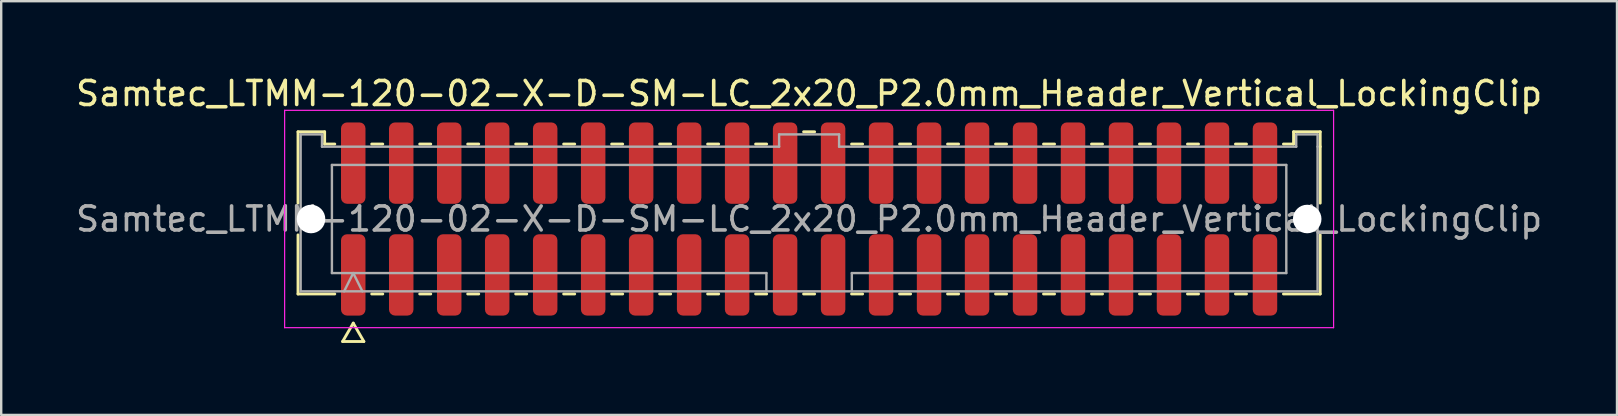
<source format=kicad_pcb>
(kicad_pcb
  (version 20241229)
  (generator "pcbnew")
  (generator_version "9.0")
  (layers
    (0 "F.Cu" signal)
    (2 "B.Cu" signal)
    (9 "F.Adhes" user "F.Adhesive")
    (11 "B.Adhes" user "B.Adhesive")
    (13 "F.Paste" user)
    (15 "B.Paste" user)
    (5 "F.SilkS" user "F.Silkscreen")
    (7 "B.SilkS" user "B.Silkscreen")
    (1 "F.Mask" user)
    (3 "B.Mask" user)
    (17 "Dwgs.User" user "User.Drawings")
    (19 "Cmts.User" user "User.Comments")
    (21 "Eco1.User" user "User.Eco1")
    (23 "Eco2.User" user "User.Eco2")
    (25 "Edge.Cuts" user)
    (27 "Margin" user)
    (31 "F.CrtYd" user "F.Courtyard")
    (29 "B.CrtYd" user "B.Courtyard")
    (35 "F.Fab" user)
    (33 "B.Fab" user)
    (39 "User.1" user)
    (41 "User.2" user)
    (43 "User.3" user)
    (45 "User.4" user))
  (footprint "Samtec_LTMM-120-02-X-D-SM-LC_2x20_P2.0mm_Header_Vertical_LockingClip"
    (layer "F.Cu")
    (at 30.673 6.078)
    (property "Reference" "Samtec_LTMM-120-02-X-D-SM-LC_2x20_P2.0mm_Header_Vertical_LockingClip" (at 0 -5.23 0) (layer "F.SilkS") (effects (font (size 1 1) (thickness 0.15))))
    (attr smd)
    (fp_line (start -21.302 -3.635) (end -20.192 -3.635) (stroke (width 0.12) (type solid)) (layer "F.SilkS"))
    (fp_line (start -21.302 -0.662) (end -21.302 -3.635) (stroke (width 0.12) (type solid)) (layer "F.SilkS"))
    (fp_line (start -21.302 3.125) (end -21.302 0.662) (stroke (width 0.12) (type solid)) (layer "F.SilkS"))
    (fp_line (start -20.192 -3.635) (end -20.192 -3.125) (stroke (width 0.12) (type solid)) (layer "F.SilkS"))
    (fp_line (start -20.192 -3.125) (end -19.77 -3.125) (stroke (width 0.12) (type solid)) (layer "F.SilkS"))
    (fp_line (start -19.77 3.125) (end -21.302 3.125) (stroke (width 0.12) (type solid)) (layer "F.SilkS"))
    (fp_line (start -19.442 5.105) (end -19 4.34) (stroke (width 0.12) (type solid)) (layer "F.SilkS"))
    (fp_line (start -19 4.34) (end -18.558 5.105) (stroke (width 0.12) (type solid)) (layer "F.SilkS"))
    (fp_line (start -18.558 5.105) (end -19.442 5.105) (stroke (width 0.12) (type solid)) (layer "F.SilkS"))
    (fp_line (start -18.23 -3.125) (end -17.77 -3.125) (stroke (width 0.12) (type solid)) (layer "F.SilkS"))
    (fp_line (start -17.77 3.125) (end -18.23 3.125) (stroke (width 0.12) (type solid)) (layer "F.SilkS"))
    (fp_line (start -16.23 -3.125) (end -15.77 -3.125) (stroke (width 0.12) (type solid)) (layer "F.SilkS"))
    (fp_line (start -15.77 3.125) (end -16.23 3.125) (stroke (width 0.12) (type solid)) (layer "F.SilkS"))
    (fp_line (start -14.23 -3.125) (end -13.77 -3.125) (stroke (width 0.12) (type solid)) (layer "F.SilkS"))
    (fp_line (start -13.77 3.125) (end -14.23 3.125) (stroke (width 0.12) (type solid)) (layer "F.SilkS"))
    (fp_line (start -12.23 -3.125) (end -11.77 -3.125) (stroke (width 0.12) (type solid)) (layer "F.SilkS"))
    (fp_line (start -11.77 3.125) (end -12.23 3.125) (stroke (width 0.12) (type solid)) (layer "F.SilkS"))
    (fp_line (start -10.23 -3.125) (end -9.77 -3.125) (stroke (width 0.12) (type solid)) (layer "F.SilkS"))
    (fp_line (start -9.77 3.125) (end -10.23 3.125) (stroke (width 0.12) (type solid)) (layer "F.SilkS"))
    (fp_line (start -8.23 -3.125) (end -7.77 -3.125) (stroke (width 0.12) (type solid)) (layer "F.SilkS"))
    (fp_line (start -7.77 3.125) (end -8.23 3.125) (stroke (width 0.12) (type solid)) (layer "F.SilkS"))
    (fp_line (start -6.23 -3.125) (end -5.77 -3.125) (stroke (width 0.12) (type solid)) (layer "F.SilkS"))
    (fp_line (start -5.77 3.125) (end -6.23 3.125) (stroke (width 0.12) (type solid)) (layer "F.SilkS"))
    (fp_line (start -4.23 -3.125) (end -3.77 -3.125) (stroke (width 0.12) (type solid)) (layer "F.SilkS"))
    (fp_line (start -3.77 3.125) (end -4.23 3.125) (stroke (width 0.12) (type solid)) (layer "F.SilkS"))
    (fp_line (start -2.23 -3.125) (end -1.77 -3.125) (stroke (width 0.12) (type solid)) (layer "F.SilkS"))
    (fp_line (start -1.77 3.125) (end -2.23 3.125) (stroke (width 0.12) (type solid)) (layer "F.SilkS"))
    (fp_line (start -0.23 -3.635) (end 0.23 -3.635) (stroke (width 0.12) (type solid)) (layer "F.SilkS"))
    (fp_line (start 0.23 3.125) (end -0.23 3.125) (stroke (width 0.12) (type solid)) (layer "F.SilkS"))
    (fp_line (start 1.77 -3.125) (end 2.23 -3.125) (stroke (width 0.12) (type solid)) (layer "F.SilkS"))
    (fp_line (start 2.23 3.125) (end 1.77 3.125) (stroke (width 0.12) (type solid)) (layer "F.SilkS"))
    (fp_line (start 3.77 -3.125) (end 4.23 -3.125) (stroke (width 0.12) (type solid)) (layer "F.SilkS"))
    (fp_line (start 4.23 3.125) (end 3.77 3.125) (stroke (width 0.12) (type solid)) (layer "F.SilkS"))
    (fp_line (start 5.77 -3.125) (end 6.23 -3.125) (stroke (width 0.12) (type solid)) (layer "F.SilkS"))
    (fp_line (start 6.23 3.125) (end 5.77 3.125) (stroke (width 0.12) (type solid)) (layer "F.SilkS"))
    (fp_line (start 7.77 -3.125) (end 8.23 -3.125) (stroke (width 0.12) (type solid)) (layer "F.SilkS"))
    (fp_line (start 8.23 3.125) (end 7.77 3.125) (stroke (width 0.12) (type solid)) (layer "F.SilkS"))
    (fp_line (start 9.77 -3.125) (end 10.23 -3.125) (stroke (width 0.12) (type solid)) (layer "F.SilkS"))
    (fp_line (start 10.23 3.125) (end 9.77 3.125) (stroke (width 0.12) (type solid)) (layer "F.SilkS"))
    (fp_line (start 11.77 -3.125) (end 12.23 -3.125) (stroke (width 0.12) (type solid)) (layer "F.SilkS"))
    (fp_line (start 12.23 3.125) (end 11.77 3.125) (stroke (width 0.12) (type solid)) (layer "F.SilkS"))
    (fp_line (start 13.77 -3.125) (end 14.23 -3.125) (stroke (width 0.12) (type solid)) (layer "F.SilkS"))
    (fp_line (start 14.23 3.125) (end 13.77 3.125) (stroke (width 0.12) (type solid)) (layer "F.SilkS"))
    (fp_line (start 15.77 -3.125) (end 16.23 -3.125) (stroke (width 0.12) (type solid)) (layer "F.SilkS"))
    (fp_line (start 16.23 3.125) (end 15.77 3.125) (stroke (width 0.12) (type solid)) (layer "F.SilkS"))
    (fp_line (start 17.77 -3.125) (end 18.23 -3.125) (stroke (width 0.12) (type solid)) (layer "F.SilkS"))
    (fp_line (start 18.23 3.125) (end 17.77 3.125) (stroke (width 0.12) (type solid)) (layer "F.SilkS"))
    (fp_line (start 19.77 -3.125) (end 20.192 -3.125) (stroke (width 0.12) (type solid)) (layer "F.SilkS"))
    (fp_line (start 20.192 -3.635) (end 21.302 -3.635) (stroke (width 0.12) (type solid)) (layer "F.SilkS"))
    (fp_line (start 20.192 -3.125) (end 20.192 -3.635) (stroke (width 0.12) (type solid)) (layer "F.SilkS"))
    (fp_line (start 21.302 -3.635) (end 21.302 -3.015) (stroke (width 0.12) (type solid)) (layer "F.SilkS"))
    (fp_line (start 21.302 -3.015) (end 21.302 -0.662) (stroke (width 0.12) (type solid)) (layer "F.SilkS"))
    (fp_line (start 21.302 0.662) (end 21.302 3.125) (stroke (width 0.12) (type solid)) (layer "F.SilkS"))
    (fp_line (start 21.302 3.125) (end 19.77 3.125) (stroke (width 0.12) (type solid)) (layer "F.SilkS"))
    (fp_line (start -21.86 -4.53) (end -21.86 4.53) (stroke (width 0.05) (type solid)) (layer "F.CrtYd"))
    (fp_line (start -21.86 4.53) (end 21.86 4.53) (stroke (width 0.05) (type solid)) (layer "F.CrtYd"))
    (fp_line (start 21.86 -4.53) (end -21.86 -4.53) (stroke (width 0.05) (type solid)) (layer "F.CrtYd"))
    (fp_line (start 21.86 4.53) (end 21.86 -4.53) (stroke (width 0.05) (type solid)) (layer "F.CrtYd"))
    (fp_line (start -21.192 -3.525) (end -20.302 -3.525) (stroke (width 0.1) (type solid)) (layer "F.Fab"))
    (fp_line (start -21.192 3.015) (end -21.192 -3.525) (stroke (width 0.1) (type solid)) (layer "F.Fab"))
    (fp_line (start -20.302 -3.525) (end -20.302 -3.015) (stroke (width 0.1) (type solid)) (layer "F.Fab"))
    (fp_line (start -20.302 -3.015) (end -1.25 -3.015) (stroke (width 0.1) (type solid)) (layer "F.Fab"))
    (fp_line (start -19.889 -2.253) (end 19.889 -2.253) (stroke (width 0.1) (type solid)) (layer "F.Fab"))
    (fp_line (start -19.889 2.253) (end -19.889 -2.253) (stroke (width 0.1) (type solid)) (layer "F.Fab"))
    (fp_line (start -19.381 3.015) (end -19 2.253) (stroke (width 0.1) (type solid)) (layer "F.Fab"))
    (fp_line (start -19 2.253) (end -18.619 3.015) (stroke (width 0.1) (type solid)) (layer "F.Fab"))
    (fp_line (start -1.78 2.253) (end -19.889 2.253) (stroke (width 0.1) (type solid)) (layer "F.Fab"))
    (fp_line (start -1.78 3.015) (end -1.78 2.253) (stroke (width 0.1) (type solid)) (layer "F.Fab"))
    (fp_line (start -1.25 -3.525) (end 1.25 -3.525) (stroke (width 0.1) (type solid)) (layer "F.Fab"))
    (fp_line (start -1.25 -3.015) (end -1.25 -3.525) (stroke (width 0.1) (type solid)) (layer "F.Fab"))
    (fp_line (start 1.25 -3.525) (end 1.25 -3.015) (stroke (width 0.1) (type solid)) (layer "F.Fab"))
    (fp_line (start 1.25 -3.015) (end 20.302 -3.015) (stroke (width 0.1) (type solid)) (layer "F.Fab"))
    (fp_line (start 1.78 2.253) (end 1.78 3.015) (stroke (width 0.1) (type solid)) (layer "F.Fab"))
    (fp_line (start 19.889 -2.253) (end 19.889 2.253) (stroke (width 0.1) (type solid)) (layer "F.Fab"))
    (fp_line (start 19.889 2.253) (end 1.78 2.253) (stroke (width 0.1) (type solid)) (layer "F.Fab"))
    (fp_line (start 20.302 -3.525) (end 21.192 -3.525) (stroke (width 0.1) (type solid)) (layer "F.Fab"))
    (fp_line (start 20.302 -3.015) (end 20.302 -3.525) (stroke (width 0.1) (type solid)) (layer "F.Fab"))
    (fp_line (start 21.192 -3.525) (end 21.192 -3.015) (stroke (width 0.1) (type solid)) (layer "F.Fab"))
    (fp_line (start 21.192 -3.015) (end 21.192 3.015) (stroke (width 0.1) (type solid)) (layer "F.Fab"))
    (fp_line (start 21.192 3.015) (end -21.192 3.015) (stroke (width 0.1) (type solid)) (layer "F.Fab"))
    (fp_text user "${REFERENCE}" (at 0 0 0) (layer "F.Fab") (effects (font (size 1 1) (thickness 0.15))))
    (pad "" np_thru_hole circle (at -20.76 0) (size 1.19 1.19) (drill 1.19) (layers "*.Cu" "*.Mask"))
    (pad "" np_thru_hole circle (at 20.76 0) (size 1.19 1.19) (drill 1.19) (layers "*.Cu" "*.Mask"))
    (pad "1" smd roundrect (at -19 2.33) (size 1.02 3.39) (layers "F.Cu" "F.Mask" "F.Paste") (roundrect_rratio 0.245))
    (pad "2" smd roundrect (at -19 -2.33) (size 1.02 3.39) (layers "F.Cu" "F.Mask" "F.Paste") (roundrect_rratio 0.245))
    (pad "3" smd roundrect (at -17 2.33) (size 1.02 3.39) (layers "F.Cu" "F.Mask" "F.Paste") (roundrect_rratio 0.245))
    (pad "4" smd roundrect (at -17 -2.33) (size 1.02 3.39) (layers "F.Cu" "F.Mask" "F.Paste") (roundrect_rratio 0.245))
    (pad "5" smd roundrect (at -15 2.33) (size 1.02 3.39) (layers "F.Cu" "F.Mask" "F.Paste") (roundrect_rratio 0.245))
    (pad "6" smd roundrect (at -15 -2.33) (size 1.02 3.39) (layers "F.Cu" "F.Mask" "F.Paste") (roundrect_rratio 0.245))
    (pad "7" smd roundrect (at -13 2.33) (size 1.02 3.39) (layers "F.Cu" "F.Mask" "F.Paste") (roundrect_rratio 0.245))
    (pad "8" smd roundrect (at -13 -2.33) (size 1.02 3.39) (layers "F.Cu" "F.Mask" "F.Paste") (roundrect_rratio 0.245))
    (pad "9" smd roundrect (at -11 2.33) (size 1.02 3.39) (layers "F.Cu" "F.Mask" "F.Paste") (roundrect_rratio 0.245))
    (pad "10" smd roundrect (at -11 -2.33) (size 1.02 3.39) (layers "F.Cu" "F.Mask" "F.Paste") (roundrect_rratio 0.245))
    (pad "11" smd roundrect (at -9 2.33) (size 1.02 3.39) (layers "F.Cu" "F.Mask" "F.Paste") (roundrect_rratio 0.245))
    (pad "12" smd roundrect (at -9 -2.33) (size 1.02 3.39) (layers "F.Cu" "F.Mask" "F.Paste") (roundrect_rratio 0.245))
    (pad "13" smd roundrect (at -7 2.33) (size 1.02 3.39) (layers "F.Cu" "F.Mask" "F.Paste") (roundrect_rratio 0.245))
    (pad "14" smd roundrect (at -7 -2.33) (size 1.02 3.39) (layers "F.Cu" "F.Mask" "F.Paste") (roundrect_rratio 0.245))
    (pad "15" smd roundrect (at -5 2.33) (size 1.02 3.39) (layers "F.Cu" "F.Mask" "F.Paste") (roundrect_rratio 0.245))
    (pad "16" smd roundrect (at -5 -2.33) (size 1.02 3.39) (layers "F.Cu" "F.Mask" "F.Paste") (roundrect_rratio 0.245))
    (pad "17" smd roundrect (at -3 2.33) (size 1.02 3.39) (layers "F.Cu" "F.Mask" "F.Paste") (roundrect_rratio 0.245))
    (pad "18" smd roundrect (at -3 -2.33) (size 1.02 3.39) (layers "F.Cu" "F.Mask" "F.Paste") (roundrect_rratio 0.245))
    (pad "19" smd roundrect (at -1 2.33) (size 1.02 3.39) (layers "F.Cu" "F.Mask" "F.Paste") (roundrect_rratio 0.245))
    (pad "20" smd roundrect (at -1 -2.33) (size 1.02 3.39) (layers "F.Cu" "F.Mask" "F.Paste") (roundrect_rratio 0.245))
    (pad "21" smd roundrect (at 1 2.33) (size 1.02 3.39) (layers "F.Cu" "F.Mask" "F.Paste") (roundrect_rratio 0.245))
    (pad "22" smd roundrect (at 1 -2.33) (size 1.02 3.39) (layers "F.Cu" "F.Mask" "F.Paste") (roundrect_rratio 0.245))
    (pad "23" smd roundrect (at 3 2.33) (size 1.02 3.39) (layers "F.Cu" "F.Mask" "F.Paste") (roundrect_rratio 0.245))
    (pad "24" smd roundrect (at 3 -2.33) (size 1.02 3.39) (layers "F.Cu" "F.Mask" "F.Paste") (roundrect_rratio 0.245))
    (pad "25" smd roundrect (at 5 2.33) (size 1.02 3.39) (layers "F.Cu" "F.Mask" "F.Paste") (roundrect_rratio 0.245))
    (pad "26" smd roundrect (at 5 -2.33) (size 1.02 3.39) (layers "F.Cu" "F.Mask" "F.Paste") (roundrect_rratio 0.245))
    (pad "27" smd roundrect (at 7 2.33) (size 1.02 3.39) (layers "F.Cu" "F.Mask" "F.Paste") (roundrect_rratio 0.245))
    (pad "28" smd roundrect (at 7 -2.33) (size 1.02 3.39) (layers "F.Cu" "F.Mask" "F.Paste") (roundrect_rratio 0.245))
    (pad "29" smd roundrect (at 9 2.33) (size 1.02 3.39) (layers "F.Cu" "F.Mask" "F.Paste") (roundrect_rratio 0.245))
    (pad "30" smd roundrect (at 9 -2.33) (size 1.02 3.39) (layers "F.Cu" "F.Mask" "F.Paste") (roundrect_rratio 0.245))
    (pad "31" smd roundrect (at 11 2.33) (size 1.02 3.39) (layers "F.Cu" "F.Mask" "F.Paste") (roundrect_rratio 0.245))
    (pad "32" smd roundrect (at 11 -2.33) (size 1.02 3.39) (layers "F.Cu" "F.Mask" "F.Paste") (roundrect_rratio 0.245))
    (pad "33" smd roundrect (at 13 2.33) (size 1.02 3.39) (layers "F.Cu" "F.Mask" "F.Paste") (roundrect_rratio 0.245))
    (pad "34" smd roundrect (at 13 -2.33) (size 1.02 3.39) (layers "F.Cu" "F.Mask" "F.Paste") (roundrect_rratio 0.245))
    (pad "35" smd roundrect (at 15 2.33) (size 1.02 3.39) (layers "F.Cu" "F.Mask" "F.Paste") (roundrect_rratio 0.245))
    (pad "36" smd roundrect (at 15 -2.33) (size 1.02 3.39) (layers "F.Cu" "F.Mask" "F.Paste") (roundrect_rratio 0.245))
    (pad "37" smd roundrect (at 17 2.33) (size 1.02 3.39) (layers "F.Cu" "F.Mask" "F.Paste") (roundrect_rratio 0.245))
    (pad "38" smd roundrect (at 17 -2.33) (size 1.02 3.39) (layers "F.Cu" "F.Mask" "F.Paste") (roundrect_rratio 0.245))
    (pad "39" smd roundrect (at 19 2.33) (size 1.02 3.39) (layers "F.Cu" "F.Mask" "F.Paste") (roundrect_rratio 0.245))
    (pad "40" smd roundrect (at 19 -2.33) (size 1.02 3.39) (layers "F.Cu" "F.Mask" "F.Paste") (roundrect_rratio 0.245)))
  (gr_rect
    (start -3 -3)
    (end 64.345 14.243)
    (stroke (width 0.1) (type default))
    (fill no)
    (layer "Edge.Cuts")))
</source>
